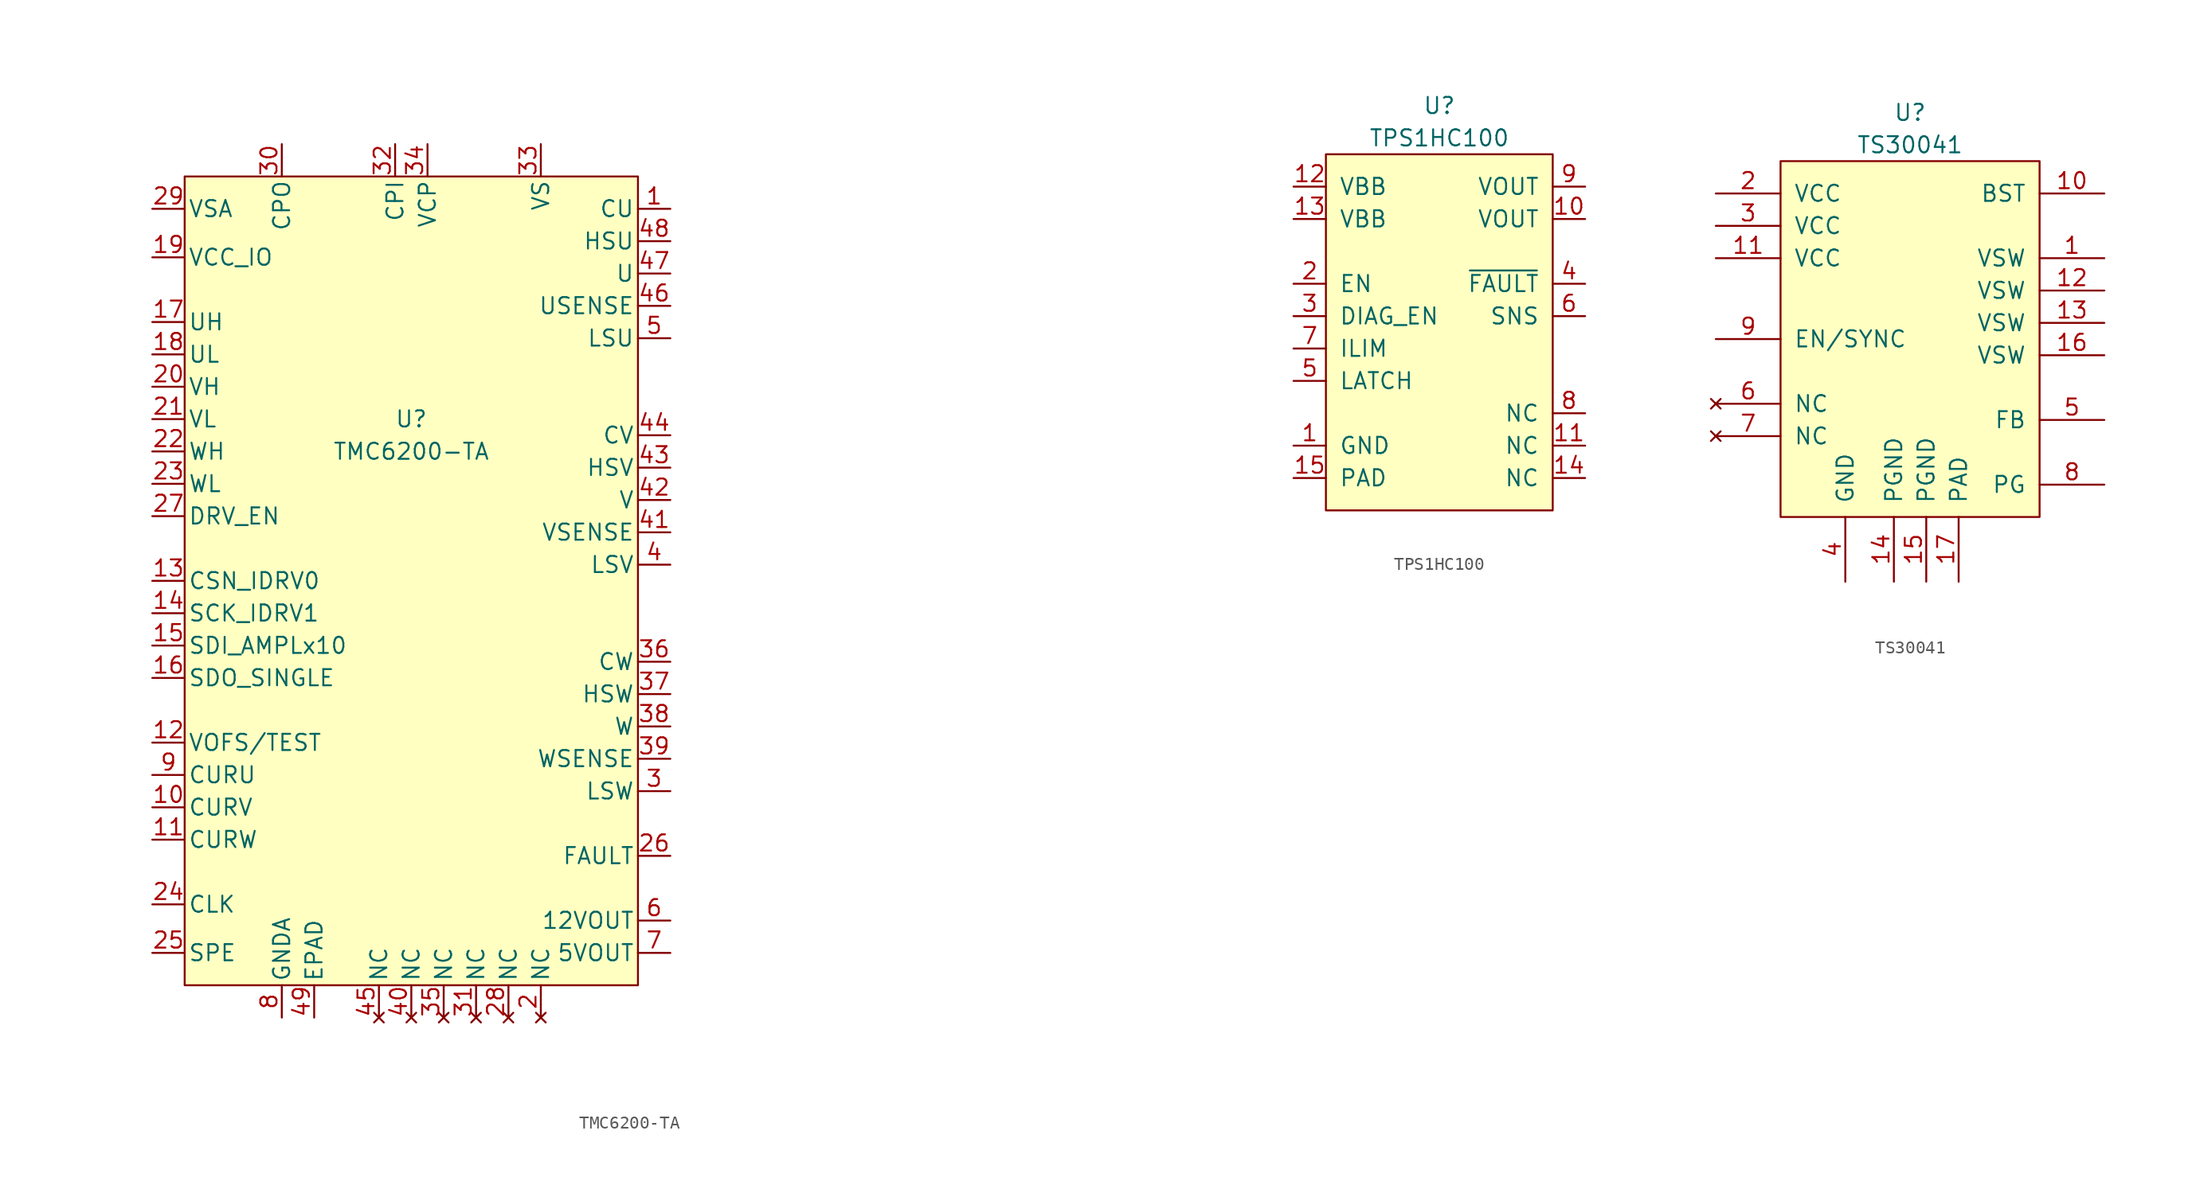
<source format=kicad_sym>
(kicad_symbol_lib
  (version 20211014)
  (generator kicad_symbol_editor)
  (symbol "TMC6200-TA"
    (pin_names
      (offset 0.254))
    (property "Reference" "U"
      (at 0 12.7 0)
      (effects (font (size 1.27 1.27))))
    (property "Value" "TMC6200-TA"
      (at 0 10.16 0)
      (effects (font (size 1.27 1.27))))
    (property "Datasheet" ""
      (at 54.61 31.75 0)
      (effects (font (size 1.524 1.524))))
    (symbol "TMC6200-TA_0_1"
      (rectangle (start -17.78 31.75) (end 17.78 -31.75) (stroke (width 0) (type default) (color 0 0 0 0)) (fill (type background))))
    (symbol "TMC6200-TA_1_0"
      (pin input line (at 20.32 29.21 180) (length 2.54) (name "CU" (effects (font (size 1.27 1.27)))) (number "1" (effects (font (size 1.27 1.27)))))
      (pin output line (at -20.32 -17.78 0) (length 2.54) (name "CURV" (effects (font (size 1.27 1.27)))) (number "10" (effects (font (size 1.27 1.27)))))
      (pin output line (at -20.32 -20.32 0) (length 2.54) (name "CURW" (effects (font (size 1.27 1.27)))) (number "11" (effects (font (size 1.27 1.27)))))
      (pin bidirectional line (at -20.32 -12.7 0) (length 2.54) (name "VOFS/TEST" (effects (font (size 1.27 1.27)))) (number "12" (effects (font (size 1.27 1.27)))))
      (pin input line (at -20.32 0 0) (length 2.54) (name "CSN_IDRV0" (effects (font (size 1.27 1.27)))) (number "13" (effects (font (size 1.27 1.27)))))
      (pin input line (at -20.32 -2.54 0) (length 2.54) (name "SCK_IDRV1" (effects (font (size 1.27 1.27)))) (number "14" (effects (font (size 1.27 1.27)))))
      (pin input line (at -20.32 -5.08 0) (length 2.54) (name "SDI_AMPLx10" (effects (font (size 1.27 1.27)))) (number "15" (effects (font (size 1.27 1.27)))))
      (pin tri_state line (at -20.32 -7.62 0) (length 2.54) (name "SDO_SINGLE" (effects (font (size 1.27 1.27)))) (number "16" (effects (font (size 1.27 1.27)))))
      (pin input line (at -20.32 20.32 0) (length 2.54) (name "UH" (effects (font (size 1.27 1.27)))) (number "17" (effects (font (size 1.27 1.27)))))
      (pin input line (at -20.32 17.78 0) (length 2.54) (name "UL" (effects (font (size 1.27 1.27)))) (number "18" (effects (font (size 1.27 1.27)))))
      (pin power_in line (at -20.32 25.4 0) (length 2.54) (name "VCC_IO" (effects (font (size 1.27 1.27)))) (number "19" (effects (font (size 1.27 1.27)))))
      (pin no_connect line (at 10.16 -34.29 90) (length 2.54) (name "NC" (effects (font (size 1.27 1.27)))) (number "2" (effects (font (size 1.27 1.27)))))
      (pin input line (at -20.32 15.24 0) (length 2.54) (name "VH" (effects (font (size 1.27 1.27)))) (number "20" (effects (font (size 1.27 1.27)))))
      (pin input line (at -20.32 12.7 0) (length 2.54) (name "VL" (effects (font (size 1.27 1.27)))) (number "21" (effects (font (size 1.27 1.27)))))
      (pin input line (at -20.32 10.16 0) (length 2.54) (name "WH" (effects (font (size 1.27 1.27)))) (number "22" (effects (font (size 1.27 1.27)))))
      (pin input line (at -20.32 7.62 0) (length 2.54) (name "WL" (effects (font (size 1.27 1.27)))) (number "23" (effects (font (size 1.27 1.27)))))
      (pin input line (at -20.32 -25.4 0) (length 2.54) (name "CLK" (effects (font (size 1.27 1.27)))) (number "24" (effects (font (size 1.27 1.27)))))
      (pin input line (at -20.32 -29.21 0) (length 2.54) (name "SPE" (effects (font (size 1.27 1.27)))) (number "25" (effects (font (size 1.27 1.27)))))
      (pin output line (at 20.32 -21.59 180) (length 2.54) (name "FAULT" (effects (font (size 1.27 1.27)))) (number "26" (effects (font (size 1.27 1.27)))))
      (pin input line (at -20.32 5.08 0) (length 2.54) (name "DRV_EN" (effects (font (size 1.27 1.27)))) (number "27" (effects (font (size 1.27 1.27)))))
      (pin no_connect line (at 7.62 -34.29 90) (length 2.54) (name "NC" (effects (font (size 1.27 1.27)))) (number "28" (effects (font (size 1.27 1.27)))))
      (pin power_in line (at -20.32 29.21 0) (length 2.54) (name "VSA" (effects (font (size 1.27 1.27)))) (number "29" (effects (font (size 1.27 1.27)))))
      (pin output line (at 20.32 -16.51 180) (length 2.54) (name "LSW" (effects (font (size 1.27 1.27)))) (number "3" (effects (font (size 1.27 1.27)))))
      (pin output line (at -10.16 34.29 270) (length 2.54) (name "CPO" (effects (font (size 1.27 1.27)))) (number "30" (effects (font (size 1.27 1.27)))))
      (pin no_connect line (at 5.08 -34.29 90) (length 2.54) (name "NC" (effects (font (size 1.27 1.27)))) (number "31" (effects (font (size 1.27 1.27)))))
      (pin input line (at -1.27 34.29 270) (length 2.54) (name "CPI" (effects (font (size 1.27 1.27)))) (number "32" (effects (font (size 1.27 1.27)))))
      (pin power_in line (at 10.16 34.29 270) (length 2.54) (name "VS" (effects (font (size 1.27 1.27)))) (number "33" (effects (font (size 1.27 1.27)))))
      (pin power_out line (at 1.27 34.29 270) (length 2.54) (name "VCP" (effects (font (size 1.27 1.27)))) (number "34" (effects (font (size 1.27 1.27)))))
      (pin no_connect line (at 2.54 -34.29 90) (length 2.54) (name "NC" (effects (font (size 1.27 1.27)))) (number "35" (effects (font (size 1.27 1.27)))))
      (pin input line (at 20.32 -6.35 180) (length 2.54) (name "CW" (effects (font (size 1.27 1.27)))) (number "36" (effects (font (size 1.27 1.27)))))
      (pin output line (at 20.32 -8.89 180) (length 2.54) (name "HSW" (effects (font (size 1.27 1.27)))) (number "37" (effects (font (size 1.27 1.27)))))
      (pin input line (at 20.32 -11.43 180) (length 2.54) (name "W" (effects (font (size 1.27 1.27)))) (number "38" (effects (font (size 1.27 1.27)))))
      (pin input line (at 20.32 -13.97 180) (length 2.54) (name "WSENSE" (effects (font (size 1.27 1.27)))) (number "39" (effects (font (size 1.27 1.27)))))
      (pin output line (at 20.32 1.27 180) (length 2.54) (name "LSV" (effects (font (size 1.27 1.27)))) (number "4" (effects (font (size 1.27 1.27)))))
      (pin no_connect line (at 0 -34.29 90) (length 2.54) (name "NC" (effects (font (size 1.27 1.27)))) (number "40" (effects (font (size 1.27 1.27)))))
      (pin input line (at 20.32 3.81 180) (length 2.54) (name "VSENSE" (effects (font (size 1.27 1.27)))) (number "41" (effects (font (size 1.27 1.27)))))
      (pin input line (at 20.32 6.35 180) (length 2.54) (name "V" (effects (font (size 1.27 1.27)))) (number "42" (effects (font (size 1.27 1.27)))))
      (pin output line (at 20.32 8.89 180) (length 2.54) (name "HSV" (effects (font (size 1.27 1.27)))) (number "43" (effects (font (size 1.27 1.27)))))
      (pin input line (at 20.32 11.43 180) (length 2.54) (name "CV" (effects (font (size 1.27 1.27)))) (number "44" (effects (font (size 1.27 1.27)))))
      (pin no_connect line (at -2.54 -34.29 90) (length 2.54) (name "NC" (effects (font (size 1.27 1.27)))) (number "45" (effects (font (size 1.27 1.27)))))
      (pin input line (at 20.32 21.59 180) (length 2.54) (name "USENSE" (effects (font (size 1.27 1.27)))) (number "46" (effects (font (size 1.27 1.27)))))
      (pin input line (at 20.32 24.13 180) (length 2.54) (name "U" (effects (font (size 1.27 1.27)))) (number "47" (effects (font (size 1.27 1.27)))))
      (pin output line (at 20.32 26.67 180) (length 2.54) (name "HSU" (effects (font (size 1.27 1.27)))) (number "48" (effects (font (size 1.27 1.27)))))
      (pin power_in line (at -7.62 -34.29 90) (length 2.54) (name "EPAD" (effects (font (size 1.27 1.27)))) (number "49" (effects (font (size 1.27 1.27)))))
      (pin output line (at 20.32 19.05 180) (length 2.54) (name "LSU" (effects (font (size 1.27 1.27)))) (number "5" (effects (font (size 1.27 1.27)))))
      (pin power_out line (at 20.32 -26.67 180) (length 2.54) (name "12VOUT" (effects (font (size 1.27 1.27)))) (number "6" (effects (font (size 1.27 1.27)))))
      (pin power_out line (at 20.32 -29.21 180) (length 2.54) (name "5VOUT" (effects (font (size 1.27 1.27)))) (number "7" (effects (font (size 1.27 1.27)))))
      (pin power_in line (at -10.16 -34.29 90) (length 2.54) (name "GNDA" (effects (font (size 1.27 1.27)))) (number "8" (effects (font (size 1.27 1.27)))))
      (pin output line (at -20.32 -15.24 0) (length 2.54) (name "CURU" (effects (font (size 1.27 1.27)))) (number "9" (effects (font (size 1.27 1.27)))))))
  (symbol "TPS1HC100"
    (pin_names
      (offset 1.016))
    (property "Reference" "U"
      (at 0 17.78 0)
      (effects (font (size 1.27 1.27))))
    (property "Value" "TPS1HC100"
      (at 0 15.24 0)
      (effects (font (size 1.27 1.27))))
    (symbol "TPS1HC100_0_1"
      (rectangle (start -8.89 13.97) (end 8.89 -13.97) (stroke (width 0) (type default) (color 0 0 0 0)) (fill (type background))))
    (symbol "TPS1HC100_1_1"
      (pin power_in line (at -11.43 -8.89 0) (length 2.54) (name "GND" (effects (font (size 1.27 1.27)))) (number "1" (effects (font (size 1.27 1.27)))))
      (pin passive line (at 11.43 8.89 180) (length 2.54) (name "VOUT" (effects (font (size 1.27 1.27)))) (number "10" (effects (font (size 1.27 1.27)))))
      (pin passive line (at 11.43 -8.89 180) (length 2.54) (name "NC" (effects (font (size 1.27 1.27)))) (number "11" (effects (font (size 1.27 1.27)))))
      (pin power_in line (at -11.43 11.43 0) (length 2.54) (name "VBB" (effects (font (size 1.27 1.27)))) (number "12" (effects (font (size 1.27 1.27)))))
      (pin power_in line (at -11.43 8.89 0) (length 2.54) (name "VBB" (effects (font (size 1.27 1.27)))) (number "13" (effects (font (size 1.27 1.27)))))
      (pin passive line (at 11.43 -11.43 180) (length 2.54) (name "NC" (effects (font (size 1.27 1.27)))) (number "14" (effects (font (size 1.27 1.27)))))
      (pin power_in line (at -11.43 -11.43 0) (length 2.54) (name "PAD" (effects (font (size 1.27 1.27)))) (number "15" (effects (font (size 1.27 1.27)))))
      (pin input line (at -11.43 3.81 0) (length 2.54) (name "EN" (effects (font (size 1.27 1.27)))) (number "2" (effects (font (size 1.27 1.27)))))
      (pin input line (at -11.43 1.27 0) (length 2.54) (name "DIAG_EN" (effects (font (size 1.27 1.27)))) (number "3" (effects (font (size 1.27 1.27)))))
      (pin open_collector line (at 11.43 3.81 180) (length 2.54) (name "~{FAULT}" (effects (font (size 1.27 1.27)))) (number "4" (effects (font (size 1.27 1.27)))))
      (pin input line (at -11.43 -3.81 0) (length 2.54) (name "LATCH" (effects (font (size 1.27 1.27)))) (number "5" (effects (font (size 1.27 1.27)))))
      (pin output line (at 11.43 1.27 180) (length 2.54) (name "SNS" (effects (font (size 1.27 1.27)))) (number "6" (effects (font (size 1.27 1.27)))))
      (pin output line (at -11.43 -1.27 0) (length 2.54) (name "ILIM" (effects (font (size 1.27 1.27)))) (number "7" (effects (font (size 1.27 1.27)))))
      (pin passive line (at 11.43 -6.35 180) (length 2.54) (name "NC" (effects (font (size 1.27 1.27)))) (number "8" (effects (font (size 1.27 1.27)))))
      (pin power_out line (at 11.43 11.43 180) (length 2.54) (name "VOUT" (effects (font (size 1.27 1.27)))) (number "9" (effects (font (size 1.27 1.27)))))))
  (symbol "TS30041"
    (pin_names
      (offset 1.016))
    (property "Reference" "U"
      (at 0 17.78 0)
      (effects (font (size 1.27 1.27))))
    (property "Value" "TS30041"
      (at 0 15.24 0)
      (effects (font (size 1.27 1.27))))
    (symbol "TS30041_0_1"
      (rectangle (start -10.16 13.97) (end 10.16 -13.97) (stroke (width 0) (type default) (color 0 0 0 0)) (fill (type background))))
    (symbol "TS30041_1_1"
      (pin bidirectional line (at 15.24 6.35 180) (length 5.08) (name "VSW" (effects (font (size 1.27 1.27)))) (number "1" (effects (font (size 1.27 1.27)))))
      (pin bidirectional line (at 15.24 11.43 180) (length 5.08) (name "BST" (effects (font (size 1.27 1.27)))) (number "10" (effects (font (size 1.27 1.27)))))
      (pin power_in line (at -15.24 6.35 0) (length 5.08) (name "VCC" (effects (font (size 1.27 1.27)))) (number "11" (effects (font (size 1.27 1.27)))))
      (pin bidirectional line (at 15.24 3.81 180) (length 5.08) (name "VSW" (effects (font (size 1.27 1.27)))) (number "12" (effects (font (size 1.27 1.27)))))
      (pin bidirectional line (at 15.24 1.27 180) (length 5.08) (name "VSW" (effects (font (size 1.27 1.27)))) (number "13" (effects (font (size 1.27 1.27)))))
      (pin power_in line (at -1.27 -19.05 90) (length 5.08) (name "PGND" (effects (font (size 1.27 1.27)))) (number "14" (effects (font (size 1.27 1.27)))))
      (pin power_in line (at 1.27 -19.05 90) (length 5.08) (name "PGND" (effects (font (size 1.27 1.27)))) (number "15" (effects (font (size 1.27 1.27)))))
      (pin bidirectional line (at 15.24 -1.27 180) (length 5.08) (name "VSW" (effects (font (size 1.27 1.27)))) (number "16" (effects (font (size 1.27 1.27)))))
      (pin power_in line (at 3.81 -19.05 90) (length 5.08) (name "PAD" (effects (font (size 1.27 1.27)))) (number "17" (effects (font (size 1.27 1.27)))))
      (pin power_in line (at -15.24 11.43 0) (length 5.08) (name "VCC" (effects (font (size 1.27 1.27)))) (number "2" (effects (font (size 1.27 1.27)))))
      (pin power_in line (at -15.24 8.89 0) (length 5.08) (name "VCC" (effects (font (size 1.27 1.27)))) (number "3" (effects (font (size 1.27 1.27)))))
      (pin power_in line (at -5.08 -19.05 90) (length 5.08) (name "GND" (effects (font (size 1.27 1.27)))) (number "4" (effects (font (size 1.27 1.27)))))
      (pin input line (at 15.24 -6.35 180) (length 5.08) (name "FB" (effects (font (size 1.27 1.27)))) (number "5" (effects (font (size 1.27 1.27)))))
      (pin no_connect line (at -15.24 -5.08 0) (length 5.08) (name "NC" (effects (font (size 1.27 1.27)))) (number "6" (effects (font (size 1.27 1.27)))))
      (pin no_connect line (at -15.24 -7.62 0) (length 5.08) (name "NC" (effects (font (size 1.27 1.27)))) (number "7" (effects (font (size 1.27 1.27)))))
      (pin open_collector line (at 15.24 -11.43 180) (length 5.08) (name "PG" (effects (font (size 1.27 1.27)))) (number "8" (effects (font (size 1.27 1.27)))))
      (pin input line (at -15.24 0 0) (length 5.08) (name "EN/SYNC" (effects (font (size 1.27 1.27)))) (number "9" (effects (font (size 1.27 1.27))))))))
</source>
